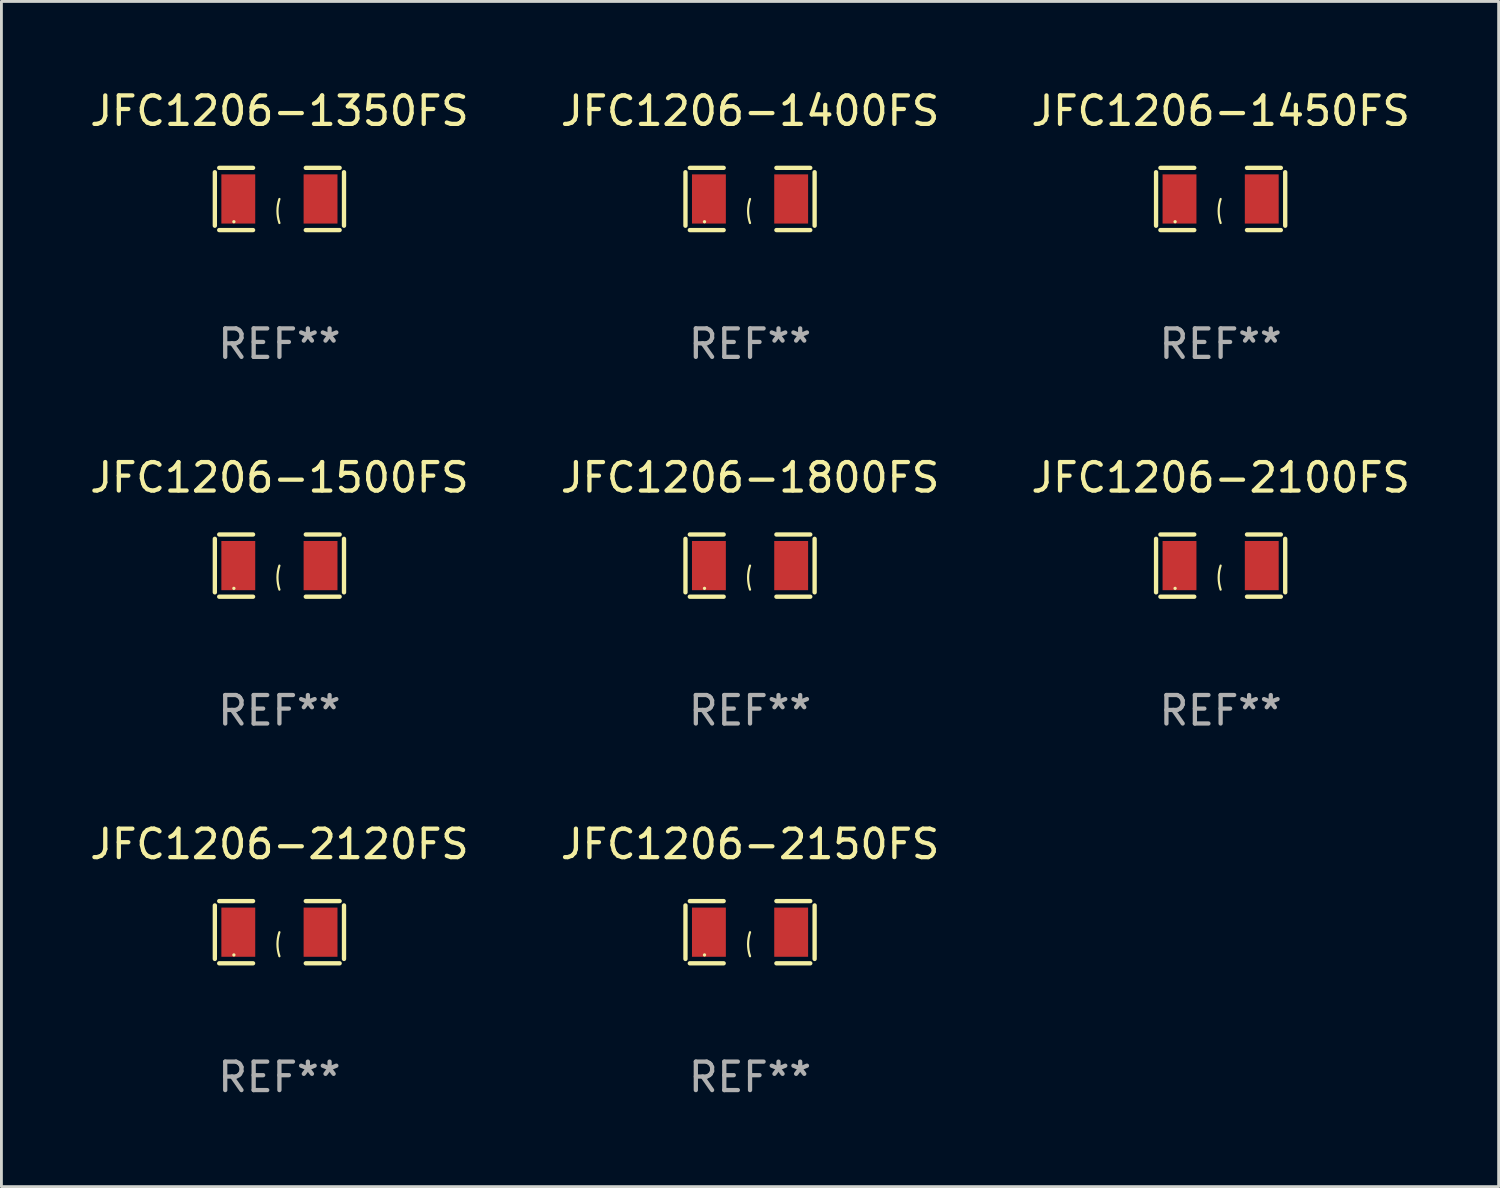
<source format=kicad_pcb>
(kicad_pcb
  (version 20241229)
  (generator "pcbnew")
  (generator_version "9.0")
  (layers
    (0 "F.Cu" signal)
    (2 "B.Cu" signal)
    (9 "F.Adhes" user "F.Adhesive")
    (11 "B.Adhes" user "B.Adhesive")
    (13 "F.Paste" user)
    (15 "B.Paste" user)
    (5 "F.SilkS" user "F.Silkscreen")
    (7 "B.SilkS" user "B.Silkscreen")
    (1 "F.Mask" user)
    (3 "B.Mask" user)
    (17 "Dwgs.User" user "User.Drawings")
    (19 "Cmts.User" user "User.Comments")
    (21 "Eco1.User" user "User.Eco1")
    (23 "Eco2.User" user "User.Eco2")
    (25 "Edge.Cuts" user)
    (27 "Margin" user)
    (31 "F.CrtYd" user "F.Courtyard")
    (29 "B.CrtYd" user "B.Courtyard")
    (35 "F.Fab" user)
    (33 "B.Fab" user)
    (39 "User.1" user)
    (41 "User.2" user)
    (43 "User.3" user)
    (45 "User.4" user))
  (footprint "JFC1206-1800FS"
    (layer "F.Cu")
    (at 23.304 16.823)
    (property "Reference" "JFC1206-1800FS" (at 0 -3.093 0) (layer "F.SilkS") (effects (font (size 1 1) (thickness 0.15))))
    (attr through_hole)
    (fp_line (start -2.269 -0.94) (end -2.269 0.94) (stroke (width 0.152) (type solid)) (layer "F.SilkS"))
    (fp_line (start -2.116 1.093) (end -0.926 1.093) (stroke (width 0.152) (type solid)) (layer "F.SilkS"))
    (fp_line (start -0.926 -1.093) (end -2.116 -1.093) (stroke (width 0.152) (type solid)) (layer "F.SilkS"))
    (fp_line (start 0.926 -1.093) (end 2.116 -1.093) (stroke (width 0.152) (type solid)) (layer "F.SilkS"))
    (fp_line (start 2.116 1.093) (end 0.926 1.093) (stroke (width 0.152) (type solid)) (layer "F.SilkS"))
    (fp_line (start 2.269 -0.94) (end 2.269 0.94) (stroke (width 0.152) (type solid)) (layer "F.SilkS"))
    (fp_arc (start 0 0.844951) (mid -0.068559 0.422475) (end 0 0) (stroke (width 0.0762) (type solid)) (layer "F.SilkS"))
    (fp_circle (center -1.6 0.8) (end -1.57 0.8) (stroke (width 0.06) (type solid)) (fill no) (layer "F.SilkS"))
    (fp_text user "REF**" (at 0 5.093 0) (layer "F.Fab") (effects (font (size 1 1) (thickness 0.15))))
    (pad "1" smd rect (at -1.445 0) (size 1.19 1.728) (layers "F.Cu" "F.Mask" "F.Paste"))
    (pad "2" smd rect (at 1.445 0) (size 1.19 1.728) (layers "F.Cu" "F.Mask" "F.Paste")))
  (footprint "JFC1206-1350FS"
    (layer "F.Cu")
    (at 6.768 3.941)
    (property "Reference" "JFC1206-1350FS" (at 0 -3.093 0) (layer "F.SilkS") (effects (font (size 1 1) (thickness 0.15))))
    (attr through_hole)
    (fp_line (start -2.269 -0.94) (end -2.269 0.94) (stroke (width 0.152) (type solid)) (layer "F.SilkS"))
    (fp_line (start -2.116 1.093) (end -0.926 1.093) (stroke (width 0.152) (type solid)) (layer "F.SilkS"))
    (fp_line (start -0.926 -1.093) (end -2.116 -1.093) (stroke (width 0.152) (type solid)) (layer "F.SilkS"))
    (fp_line (start 0.926 -1.093) (end 2.116 -1.093) (stroke (width 0.152) (type solid)) (layer "F.SilkS"))
    (fp_line (start 2.116 1.093) (end 0.926 1.093) (stroke (width 0.152) (type solid)) (layer "F.SilkS"))
    (fp_line (start 2.269 -0.94) (end 2.269 0.94) (stroke (width 0.152) (type solid)) (layer "F.SilkS"))
    (fp_arc (start 0 0.844951) (mid -0.068559 0.422475) (end 0 0) (stroke (width 0.0762) (type solid)) (layer "F.SilkS"))
    (fp_circle (center -1.6 0.8) (end -1.57 0.8) (stroke (width 0.06) (type solid)) (fill no) (layer "F.SilkS"))
    (fp_text user "REF**" (at 0 5.093 0) (layer "F.Fab") (effects (font (size 1 1) (thickness 0.15))))
    (pad "1" smd rect (at -1.445 0) (size 1.19 1.728) (layers "F.Cu" "F.Mask" "F.Paste"))
    (pad "2" smd rect (at 1.445 0) (size 1.19 1.728) (layers "F.Cu" "F.Mask" "F.Paste")))
  (footprint "JFC1206-1500FS"
    (layer "F.Cu")
    (at 6.768 16.823)
    (property "Reference" "JFC1206-1500FS" (at 0 -3.093 0) (layer "F.SilkS") (effects (font (size 1 1) (thickness 0.15))))
    (attr through_hole)
    (fp_line (start -2.269 -0.94) (end -2.269 0.94) (stroke (width 0.152) (type solid)) (layer "F.SilkS"))
    (fp_line (start -2.116 1.093) (end -0.926 1.093) (stroke (width 0.152) (type solid)) (layer "F.SilkS"))
    (fp_line (start -0.926 -1.093) (end -2.116 -1.093) (stroke (width 0.152) (type solid)) (layer "F.SilkS"))
    (fp_line (start 0.926 -1.093) (end 2.116 -1.093) (stroke (width 0.152) (type solid)) (layer "F.SilkS"))
    (fp_line (start 2.116 1.093) (end 0.926 1.093) (stroke (width 0.152) (type solid)) (layer "F.SilkS"))
    (fp_line (start 2.269 -0.94) (end 2.269 0.94) (stroke (width 0.152) (type solid)) (layer "F.SilkS"))
    (fp_arc (start 0 0.844951) (mid -0.068559 0.422475) (end 0 0) (stroke (width 0.0762) (type solid)) (layer "F.SilkS"))
    (fp_circle (center -1.6 0.8) (end -1.57 0.8) (stroke (width 0.06) (type solid)) (fill no) (layer "F.SilkS"))
    (fp_text user "REF**" (at 0 5.093 0) (layer "F.Fab") (effects (font (size 1 1) (thickness 0.15))))
    (pad "1" smd rect (at -1.445 0) (size 1.19 1.728) (layers "F.Cu" "F.Mask" "F.Paste"))
    (pad "2" smd rect (at 1.445 0) (size 1.19 1.728) (layers "F.Cu" "F.Mask" "F.Paste")))
  (footprint "JFC1206-1450FS"
    (layer "F.Cu")
    (at 39.839 3.941)
    (property "Reference" "JFC1206-1450FS" (at 0 -3.093 0) (layer "F.SilkS") (effects (font (size 1 1) (thickness 0.15))))
    (attr through_hole)
    (fp_line (start -2.269 -0.94) (end -2.269 0.94) (stroke (width 0.152) (type solid)) (layer "F.SilkS"))
    (fp_line (start -2.116 1.093) (end -0.926 1.093) (stroke (width 0.152) (type solid)) (layer "F.SilkS"))
    (fp_line (start -0.926 -1.093) (end -2.116 -1.093) (stroke (width 0.152) (type solid)) (layer "F.SilkS"))
    (fp_line (start 0.926 -1.093) (end 2.116 -1.093) (stroke (width 0.152) (type solid)) (layer "F.SilkS"))
    (fp_line (start 2.116 1.093) (end 0.926 1.093) (stroke (width 0.152) (type solid)) (layer "F.SilkS"))
    (fp_line (start 2.269 -0.94) (end 2.269 0.94) (stroke (width 0.152) (type solid)) (layer "F.SilkS"))
    (fp_arc (start 0 0.844951) (mid -0.068559 0.422475) (end 0 0) (stroke (width 0.0762) (type solid)) (layer "F.SilkS"))
    (fp_circle (center -1.6 0.8) (end -1.57 0.8) (stroke (width 0.06) (type solid)) (fill no) (layer "F.SilkS"))
    (fp_text user "REF**" (at 0 5.093 0) (layer "F.Fab") (effects (font (size 1 1) (thickness 0.15))))
    (pad "1" smd rect (at -1.445 0) (size 1.19 1.728) (layers "F.Cu" "F.Mask" "F.Paste"))
    (pad "2" smd rect (at 1.445 0) (size 1.19 1.728) (layers "F.Cu" "F.Mask" "F.Paste")))
  (footprint "JFC1206-2100FS"
    (layer "F.Cu")
    (at 39.839 16.823)
    (property "Reference" "JFC1206-2100FS" (at 0 -3.093 0) (layer "F.SilkS") (effects (font (size 1 1) (thickness 0.15))))
    (attr through_hole)
    (fp_line (start -2.269 -0.94) (end -2.269 0.94) (stroke (width 0.152) (type solid)) (layer "F.SilkS"))
    (fp_line (start -2.116 1.093) (end -0.926 1.093) (stroke (width 0.152) (type solid)) (layer "F.SilkS"))
    (fp_line (start -0.926 -1.093) (end -2.116 -1.093) (stroke (width 0.152) (type solid)) (layer "F.SilkS"))
    (fp_line (start 0.926 -1.093) (end 2.116 -1.093) (stroke (width 0.152) (type solid)) (layer "F.SilkS"))
    (fp_line (start 2.116 1.093) (end 0.926 1.093) (stroke (width 0.152) (type solid)) (layer "F.SilkS"))
    (fp_line (start 2.269 -0.94) (end 2.269 0.94) (stroke (width 0.152) (type solid)) (layer "F.SilkS"))
    (fp_arc (start 0 0.844951) (mid -0.068559 0.422475) (end 0 0) (stroke (width 0.0762) (type solid)) (layer "F.SilkS"))
    (fp_circle (center -1.6 0.8) (end -1.57 0.8) (stroke (width 0.06) (type solid)) (fill no) (layer "F.SilkS"))
    (fp_text user "REF**" (at 0 5.093 0) (layer "F.Fab") (effects (font (size 1 1) (thickness 0.15))))
    (pad "1" smd rect (at -1.445 0) (size 1.19 1.728) (layers "F.Cu" "F.Mask" "F.Paste"))
    (pad "2" smd rect (at 1.445 0) (size 1.19 1.728) (layers "F.Cu" "F.Mask" "F.Paste")))
  (footprint "JFC1206-2120FS"
    (layer "F.Cu")
    (at 6.768 29.704)
    (property "Reference" "JFC1206-2120FS" (at 0 -3.093 0) (layer "F.SilkS") (effects (font (size 1 1) (thickness 0.15))))
    (attr through_hole)
    (fp_line (start -2.269 -0.94) (end -2.269 0.94) (stroke (width 0.152) (type solid)) (layer "F.SilkS"))
    (fp_line (start -2.116 1.093) (end -0.926 1.093) (stroke (width 0.152) (type solid)) (layer "F.SilkS"))
    (fp_line (start -0.926 -1.093) (end -2.116 -1.093) (stroke (width 0.152) (type solid)) (layer "F.SilkS"))
    (fp_line (start 0.926 -1.093) (end 2.116 -1.093) (stroke (width 0.152) (type solid)) (layer "F.SilkS"))
    (fp_line (start 2.116 1.093) (end 0.926 1.093) (stroke (width 0.152) (type solid)) (layer "F.SilkS"))
    (fp_line (start 2.269 -0.94) (end 2.269 0.94) (stroke (width 0.152) (type solid)) (layer "F.SilkS"))
    (fp_arc (start 0 0.844951) (mid -0.068559 0.422475) (end 0 0) (stroke (width 0.0762) (type solid)) (layer "F.SilkS"))
    (fp_circle (center -1.6 0.8) (end -1.57 0.8) (stroke (width 0.06) (type solid)) (fill no) (layer "F.SilkS"))
    (fp_text user "REF**" (at 0 5.093 0) (layer "F.Fab") (effects (font (size 1 1) (thickness 0.15))))
    (pad "1" smd rect (at -1.445 0) (size 1.19 1.728) (layers "F.Cu" "F.Mask" "F.Paste"))
    (pad "2" smd rect (at 1.445 0) (size 1.19 1.728) (layers "F.Cu" "F.Mask" "F.Paste")))
  (footprint "JFC1206-2150FS"
    (layer "F.Cu")
    (at 23.304 29.704)
    (property "Reference" "JFC1206-2150FS" (at 0 -3.093 0) (layer "F.SilkS") (effects (font (size 1 1) (thickness 0.15))))
    (attr through_hole)
    (fp_line (start -2.269 -0.94) (end -2.269 0.94) (stroke (width 0.152) (type solid)) (layer "F.SilkS"))
    (fp_line (start -2.116 1.093) (end -0.926 1.093) (stroke (width 0.152) (type solid)) (layer "F.SilkS"))
    (fp_line (start -0.926 -1.093) (end -2.116 -1.093) (stroke (width 0.152) (type solid)) (layer "F.SilkS"))
    (fp_line (start 0.926 -1.093) (end 2.116 -1.093) (stroke (width 0.152) (type solid)) (layer "F.SilkS"))
    (fp_line (start 2.116 1.093) (end 0.926 1.093) (stroke (width 0.152) (type solid)) (layer "F.SilkS"))
    (fp_line (start 2.269 -0.94) (end 2.269 0.94) (stroke (width 0.152) (type solid)) (layer "F.SilkS"))
    (fp_arc (start 0 0.844951) (mid -0.068559 0.422475) (end 0 0) (stroke (width 0.0762) (type solid)) (layer "F.SilkS"))
    (fp_circle (center -1.6 0.8) (end -1.57 0.8) (stroke (width 0.06) (type solid)) (fill no) (layer "F.SilkS"))
    (fp_text user "REF**" (at 0 5.093 0) (layer "F.Fab") (effects (font (size 1 1) (thickness 0.15))))
    (pad "1" smd rect (at -1.445 0) (size 1.19 1.728) (layers "F.Cu" "F.Mask" "F.Paste"))
    (pad "2" smd rect (at 1.445 0) (size 1.19 1.728) (layers "F.Cu" "F.Mask" "F.Paste")))
  (footprint "JFC1206-1400FS"
    (layer "F.Cu")
    (at 23.304 3.941)
    (property "Reference" "JFC1206-1400FS" (at 0 -3.093 0) (layer "F.SilkS") (effects (font (size 1 1) (thickness 0.15))))
    (attr through_hole)
    (fp_line (start -2.269 -0.94) (end -2.269 0.94) (stroke (width 0.152) (type solid)) (layer "F.SilkS"))
    (fp_line (start -2.116 1.093) (end -0.926 1.093) (stroke (width 0.152) (type solid)) (layer "F.SilkS"))
    (fp_line (start -0.926 -1.093) (end -2.116 -1.093) (stroke (width 0.152) (type solid)) (layer "F.SilkS"))
    (fp_line (start 0.926 -1.093) (end 2.116 -1.093) (stroke (width 0.152) (type solid)) (layer "F.SilkS"))
    (fp_line (start 2.116 1.093) (end 0.926 1.093) (stroke (width 0.152) (type solid)) (layer "F.SilkS"))
    (fp_line (start 2.269 -0.94) (end 2.269 0.94) (stroke (width 0.152) (type solid)) (layer "F.SilkS"))
    (fp_arc (start 0 0.844951) (mid -0.068559 0.422475) (end 0 0) (stroke (width 0.0762) (type solid)) (layer "F.SilkS"))
    (fp_circle (center -1.6 0.8) (end -1.57 0.8) (stroke (width 0.06) (type solid)) (fill no) (layer "F.SilkS"))
    (fp_text user "REF**" (at 0 5.093 0) (layer "F.Fab") (effects (font (size 1 1) (thickness 0.15))))
    (pad "1" smd rect (at -1.445 0) (size 1.19 1.728) (layers "F.Cu" "F.Mask" "F.Paste"))
    (pad "2" smd rect (at 1.445 0) (size 1.19 1.728) (layers "F.Cu" "F.Mask" "F.Paste")))
  (gr_rect
    (start -3 -3)
    (end 49.607 38.645)
    (stroke (width 0.1) (type default))
    (fill no)
    (layer "Edge.Cuts")))
</source>
